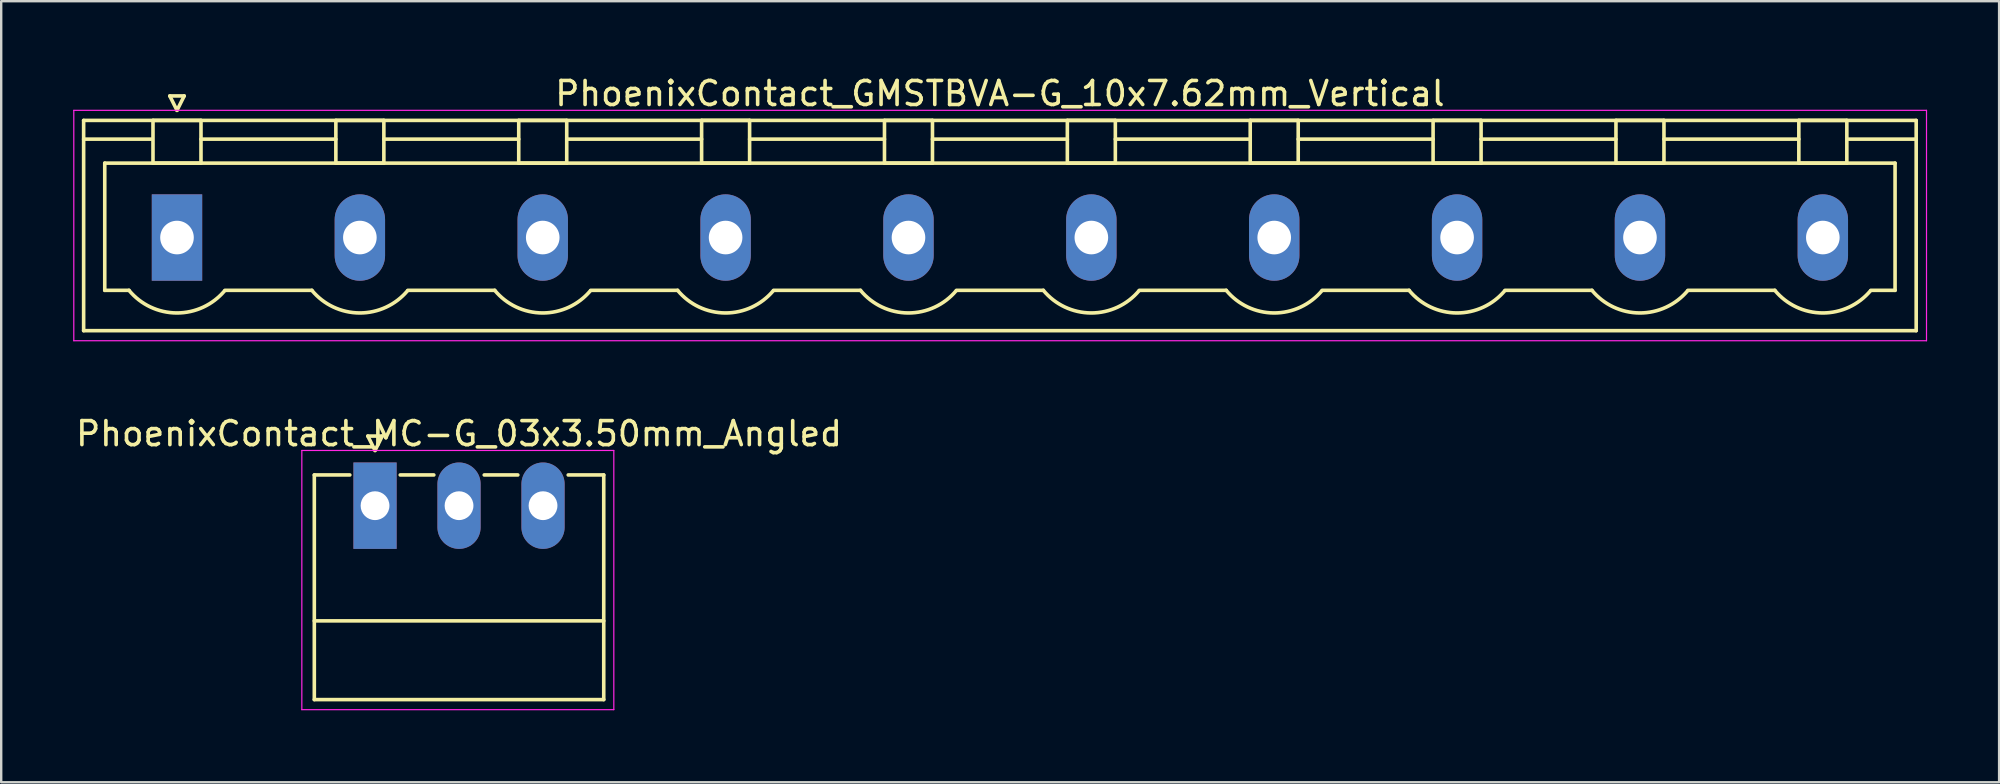
<source format=kicad_pcb>
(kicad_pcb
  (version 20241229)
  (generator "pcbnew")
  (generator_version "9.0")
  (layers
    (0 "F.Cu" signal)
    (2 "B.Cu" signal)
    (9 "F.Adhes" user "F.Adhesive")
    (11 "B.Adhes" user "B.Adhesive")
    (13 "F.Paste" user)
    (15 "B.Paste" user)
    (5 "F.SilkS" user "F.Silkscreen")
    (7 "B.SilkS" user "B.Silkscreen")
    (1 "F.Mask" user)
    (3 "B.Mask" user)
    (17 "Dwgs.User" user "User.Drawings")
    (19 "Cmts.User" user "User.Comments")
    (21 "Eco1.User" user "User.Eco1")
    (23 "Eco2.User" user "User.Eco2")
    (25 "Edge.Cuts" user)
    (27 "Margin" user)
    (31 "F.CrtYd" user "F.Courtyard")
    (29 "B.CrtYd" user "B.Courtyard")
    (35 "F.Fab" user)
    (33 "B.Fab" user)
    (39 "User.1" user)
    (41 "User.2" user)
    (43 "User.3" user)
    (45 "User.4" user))
  (footprint "PhoenixContact_GMSTBVA-G_10x7.62mm_Vertical"
    (layer "F.Cu")
    (at 4.325 6.848)
    (property "Reference" "PhoenixContact_GMSTBVA-G_10x7.62mm_Vertical" (at 34.29 -6 0) (layer "F.SilkS") (effects (font (size 1 1) (thickness 0.15))))
    (attr through_hole)
    (fp_line (start -3.89 -4.88) (end -3.89 3.88) (stroke (width 0.15) (type solid)) (layer "F.SilkS"))
    (fp_line (start -3.89 -4.1) (end -1.08 -4.1) (stroke (width 0.15) (type solid)) (layer "F.SilkS"))
    (fp_line (start -3.89 3.88) (end 72.47 3.88) (stroke (width 0.15) (type solid)) (layer "F.SilkS"))
    (fp_line (start -3.01 -3.1) (end 71.59 -3.1) (stroke (width 0.15) (type solid)) (layer "F.SilkS"))
    (fp_line (start -3.01 2.2) (end -3.01 -3.1) (stroke (width 0.15) (type solid)) (layer "F.SilkS"))
    (fp_line (start -2 2.2) (end -3.01 2.2) (stroke (width 0.15) (type solid)) (layer "F.SilkS"))
    (fp_line (start -1 -4.88) (end 1 -4.88) (stroke (width 0.15) (type solid)) (layer "F.SilkS"))
    (fp_line (start -1 -3.1) (end -1 -4.88) (stroke (width 0.15) (type solid)) (layer "F.SilkS"))
    (fp_line (start -0.3 -5.9) (end 0 -5.3) (stroke (width 0.15) (type solid)) (layer "F.SilkS"))
    (fp_line (start 0 -5.3) (end 0.3 -5.9) (stroke (width 0.15) (type solid)) (layer "F.SilkS"))
    (fp_line (start 0.3 -5.9) (end -0.3 -5.9) (stroke (width 0.15) (type solid)) (layer "F.SilkS"))
    (fp_line (start 1 -4.88) (end 1 -3.1) (stroke (width 0.15) (type solid)) (layer "F.SilkS"))
    (fp_line (start 1 -4.1) (end 6.62 -4.1) (stroke (width 0.15) (type solid)) (layer "F.SilkS"))
    (fp_line (start 1 -3.1) (end -1 -3.1) (stroke (width 0.15) (type solid)) (layer "F.SilkS"))
    (fp_line (start 2 2.2) (end 5.62 2.2) (stroke (width 0.15) (type solid)) (layer "F.SilkS"))
    (fp_line (start 6.62 -4.88) (end 8.62 -4.88) (stroke (width 0.15) (type solid)) (layer "F.SilkS"))
    (fp_line (start 6.62 -3.1) (end 6.62 -4.88) (stroke (width 0.15) (type solid)) (layer "F.SilkS"))
    (fp_line (start 8.62 -4.88) (end 8.62 -3.1) (stroke (width 0.15) (type solid)) (layer "F.SilkS"))
    (fp_line (start 8.62 -4.1) (end 14.24 -4.1) (stroke (width 0.15) (type solid)) (layer "F.SilkS"))
    (fp_line (start 8.62 -3.1) (end 6.62 -3.1) (stroke (width 0.15) (type solid)) (layer "F.SilkS"))
    (fp_line (start 9.62 2.2) (end 13.24 2.2) (stroke (width 0.15) (type solid)) (layer "F.SilkS"))
    (fp_line (start 14.24 -4.88) (end 16.24 -4.88) (stroke (width 0.15) (type solid)) (layer "F.SilkS"))
    (fp_line (start 14.24 -3.1) (end 14.24 -4.88) (stroke (width 0.15) (type solid)) (layer "F.SilkS"))
    (fp_line (start 16.24 -4.88) (end 16.24 -3.1) (stroke (width 0.15) (type solid)) (layer "F.SilkS"))
    (fp_line (start 16.24 -4.1) (end 21.86 -4.1) (stroke (width 0.15) (type solid)) (layer "F.SilkS"))
    (fp_line (start 16.24 -3.1) (end 14.24 -3.1) (stroke (width 0.15) (type solid)) (layer "F.SilkS"))
    (fp_line (start 17.24 2.2) (end 20.86 2.2) (stroke (width 0.15) (type solid)) (layer "F.SilkS"))
    (fp_line (start 21.86 -4.88) (end 23.86 -4.88) (stroke (width 0.15) (type solid)) (layer "F.SilkS"))
    (fp_line (start 21.86 -3.1) (end 21.86 -4.88) (stroke (width 0.15) (type solid)) (layer "F.SilkS"))
    (fp_line (start 23.86 -4.88) (end 23.86 -3.1) (stroke (width 0.15) (type solid)) (layer "F.SilkS"))
    (fp_line (start 23.86 -4.1) (end 29.48 -4.1) (stroke (width 0.15) (type solid)) (layer "F.SilkS"))
    (fp_line (start 23.86 -3.1) (end 21.86 -3.1) (stroke (width 0.15) (type solid)) (layer "F.SilkS"))
    (fp_line (start 24.86 2.2) (end 28.48 2.2) (stroke (width 0.15) (type solid)) (layer "F.SilkS"))
    (fp_line (start 29.48 -4.88) (end 31.48 -4.88) (stroke (width 0.15) (type solid)) (layer "F.SilkS"))
    (fp_line (start 29.48 -3.1) (end 29.48 -4.88) (stroke (width 0.15) (type solid)) (layer "F.SilkS"))
    (fp_line (start 31.48 -4.88) (end 31.48 -3.1) (stroke (width 0.15) (type solid)) (layer "F.SilkS"))
    (fp_line (start 31.48 -4.1) (end 37.1 -4.1) (stroke (width 0.15) (type solid)) (layer "F.SilkS"))
    (fp_line (start 31.48 -3.1) (end 29.48 -3.1) (stroke (width 0.15) (type solid)) (layer "F.SilkS"))
    (fp_line (start 32.48 2.2) (end 36.1 2.2) (stroke (width 0.15) (type solid)) (layer "F.SilkS"))
    (fp_line (start 37.1 -4.88) (end 39.1 -4.88) (stroke (width 0.15) (type solid)) (layer "F.SilkS"))
    (fp_line (start 37.1 -3.1) (end 37.1 -4.88) (stroke (width 0.15) (type solid)) (layer "F.SilkS"))
    (fp_line (start 39.1 -4.88) (end 39.1 -3.1) (stroke (width 0.15) (type solid)) (layer "F.SilkS"))
    (fp_line (start 39.1 -4.1) (end 44.72 -4.1) (stroke (width 0.15) (type solid)) (layer "F.SilkS"))
    (fp_line (start 39.1 -3.1) (end 37.1 -3.1) (stroke (width 0.15) (type solid)) (layer "F.SilkS"))
    (fp_line (start 40.1 2.2) (end 43.72 2.2) (stroke (width 0.15) (type solid)) (layer "F.SilkS"))
    (fp_line (start 44.72 -4.88) (end 46.72 -4.88) (stroke (width 0.15) (type solid)) (layer "F.SilkS"))
    (fp_line (start 44.72 -3.1) (end 44.72 -4.88) (stroke (width 0.15) (type solid)) (layer "F.SilkS"))
    (fp_line (start 46.72 -4.88) (end 46.72 -3.1) (stroke (width 0.15) (type solid)) (layer "F.SilkS"))
    (fp_line (start 46.72 -4.1) (end 52.34 -4.1) (stroke (width 0.15) (type solid)) (layer "F.SilkS"))
    (fp_line (start 46.72 -3.1) (end 44.72 -3.1) (stroke (width 0.15) (type solid)) (layer "F.SilkS"))
    (fp_line (start 47.72 2.2) (end 51.34 2.2) (stroke (width 0.15) (type solid)) (layer "F.SilkS"))
    (fp_line (start 52.34 -4.88) (end 54.34 -4.88) (stroke (width 0.15) (type solid)) (layer "F.SilkS"))
    (fp_line (start 52.34 -3.1) (end 52.34 -4.88) (stroke (width 0.15) (type solid)) (layer "F.SilkS"))
    (fp_line (start 54.34 -4.88) (end 54.34 -3.1) (stroke (width 0.15) (type solid)) (layer "F.SilkS"))
    (fp_line (start 54.34 -4.1) (end 59.96 -4.1) (stroke (width 0.15) (type solid)) (layer "F.SilkS"))
    (fp_line (start 54.34 -3.1) (end 52.34 -3.1) (stroke (width 0.15) (type solid)) (layer "F.SilkS"))
    (fp_line (start 55.34 2.2) (end 58.96 2.2) (stroke (width 0.15) (type solid)) (layer "F.SilkS"))
    (fp_line (start 59.96 -4.88) (end 61.96 -4.88) (stroke (width 0.15) (type solid)) (layer "F.SilkS"))
    (fp_line (start 59.96 -3.1) (end 59.96 -4.88) (stroke (width 0.15) (type solid)) (layer "F.SilkS"))
    (fp_line (start 61.96 -4.88) (end 61.96 -3.1) (stroke (width 0.15) (type solid)) (layer "F.SilkS"))
    (fp_line (start 61.96 -4.1) (end 67.58 -4.1) (stroke (width 0.15) (type solid)) (layer "F.SilkS"))
    (fp_line (start 61.96 -3.1) (end 59.96 -3.1) (stroke (width 0.15) (type solid)) (layer "F.SilkS"))
    (fp_line (start 62.96 2.2) (end 66.58 2.2) (stroke (width 0.15) (type solid)) (layer "F.SilkS"))
    (fp_line (start 67.58 -4.88) (end 69.58 -4.88) (stroke (width 0.15) (type solid)) (layer "F.SilkS"))
    (fp_line (start 67.58 -3.1) (end 67.58 -4.88) (stroke (width 0.15) (type solid)) (layer "F.SilkS"))
    (fp_line (start 69.58 -4.88) (end 69.58 -3.1) (stroke (width 0.15) (type solid)) (layer "F.SilkS"))
    (fp_line (start 69.58 -3.1) (end 67.58 -3.1) (stroke (width 0.15) (type solid)) (layer "F.SilkS"))
    (fp_line (start 71.59 -3.1) (end 71.59 2.2) (stroke (width 0.15) (type solid)) (layer "F.SilkS"))
    (fp_line (start 71.59 2.2) (end 70.58 2.2) (stroke (width 0.15) (type solid)) (layer "F.SilkS"))
    (fp_line (start 72.47 -4.88) (end -3.89 -4.88) (stroke (width 0.15) (type solid)) (layer "F.SilkS"))
    (fp_line (start 72.47 -4.1) (end 69.66 -4.1) (stroke (width 0.15) (type solid)) (layer "F.SilkS"))
    (fp_line (start 72.47 3.88) (end 72.47 -4.88) (stroke (width 0.15) (type solid)) (layer "F.SilkS"))
    (fp_arc (start 1.986842 2.215821) (mid -0.010289 3.142758) (end -2 2.2) (stroke (width 0.15) (type solid)) (layer "F.SilkS"))
    (fp_arc (start 9.606842 2.215821) (mid 7.609711 3.142758) (end 5.62 2.2) (stroke (width 0.15) (type solid)) (layer "F.SilkS"))
    (fp_arc (start 17.226842 2.215821) (mid 15.229711 3.142758) (end 13.24 2.2) (stroke (width 0.15) (type solid)) (layer "F.SilkS"))
    (fp_arc (start 24.846842 2.215821) (mid 22.849711 3.142758) (end 20.86 2.2) (stroke (width 0.15) (type solid)) (layer "F.SilkS"))
    (fp_arc (start 32.466842 2.215821) (mid 30.469711 3.142758) (end 28.48 2.2) (stroke (width 0.15) (type solid)) (layer "F.SilkS"))
    (fp_arc (start 40.086842 2.215821) (mid 38.089711 3.142758) (end 36.1 2.2) (stroke (width 0.15) (type solid)) (layer "F.SilkS"))
    (fp_arc (start 47.706842 2.215821) (mid 45.709711 3.142758) (end 43.72 2.2) (stroke (width 0.15) (type solid)) (layer "F.SilkS"))
    (fp_arc (start 55.326842 2.215821) (mid 53.329711 3.142758) (end 51.34 2.2) (stroke (width 0.15) (type solid)) (layer "F.SilkS"))
    (fp_arc (start 62.946842 2.215821) (mid 60.949711 3.142758) (end 58.96 2.2) (stroke (width 0.15) (type solid)) (layer "F.SilkS"))
    (fp_arc (start 70.566842 2.215821) (mid 68.569711 3.142758) (end 66.58 2.2) (stroke (width 0.15) (type solid)) (layer "F.SilkS"))
    (fp_line (start -4.3 -5.3) (end -4.3 4.3) (stroke (width 0.05) (type solid)) (layer "F.CrtYd"))
    (fp_line (start -4.3 4.3) (end 72.9 4.3) (stroke (width 0.05) (type solid)) (layer "F.CrtYd"))
    (fp_line (start 72.9 -5.3) (end -4.3 -5.3) (stroke (width 0.05) (type solid)) (layer "F.CrtYd"))
    (fp_line (start 72.9 4.3) (end 72.9 -5.3) (stroke (width 0.05) (type solid)) (layer "F.CrtYd"))
    (pad "1" thru_hole rect (at 0 0) (size 2.1 3.6) (drill 1.4) (layers "*.Cu" "*.Mask"))
    (pad "2" thru_hole oval (at 7.62 0) (size 2.1 3.6) (drill 1.4) (layers "*.Cu" "*.Mask"))
    (pad "3" thru_hole oval (at 15.24 0) (size 2.1 3.6) (drill 1.4) (layers "*.Cu" "*.Mask"))
    (pad "4" thru_hole oval (at 22.86 0) (size 2.1 3.6) (drill 1.4) (layers "*.Cu" "*.Mask"))
    (pad "5" thru_hole oval (at 30.48 0) (size 2.1 3.6) (drill 1.4) (layers "*.Cu" "*.Mask"))
    (pad "6" thru_hole oval (at 38.1 0) (size 2.1 3.6) (drill 1.4) (layers "*.Cu" "*.Mask"))
    (pad "7" thru_hole oval (at 45.72 0) (size 2.1 3.6) (drill 1.4) (layers "*.Cu" "*.Mask"))
    (pad "8" thru_hole oval (at 53.34 0) (size 2.1 3.6) (drill 1.4) (layers "*.Cu" "*.Mask"))
    (pad "9" thru_hole oval (at 60.96 0) (size 2.1 3.6) (drill 1.4) (layers "*.Cu" "*.Mask"))
    (pad "10" thru_hole oval (at 68.58 0) (size 2.1 3.6) (drill 1.4) (layers "*.Cu" "*.Mask")))
  (footprint "PhoenixContact_MC-G_03x3.50mm_Angled"
    (layer "F.Cu")
    (at 12.577 18.021)
    (property "Reference" "PhoenixContact_MC-G_03x3.50mm_Angled" (at 3.5 -3 0) (layer "F.SilkS") (effects (font (size 1 1) (thickness 0.15))))
    (attr through_hole)
    (fp_line (start -2.53 -1.28) (end -2.53 8.08) (stroke (width 0.15) (type solid)) (layer "F.SilkS"))
    (fp_line (start -2.53 -1.28) (end -1.05 -1.28) (stroke (width 0.15) (type solid)) (layer "F.SilkS"))
    (fp_line (start -2.53 4.8) (end 9.53 4.8) (stroke (width 0.15) (type solid)) (layer "F.SilkS"))
    (fp_line (start -2.53 8.08) (end 9.53 8.08) (stroke (width 0.15) (type solid)) (layer "F.SilkS"))
    (fp_line (start -0.3 -2.9) (end 0 -2.3) (stroke (width 0.15) (type solid)) (layer "F.SilkS"))
    (fp_line (start 0 -2.3) (end 0.3 -2.9) (stroke (width 0.15) (type solid)) (layer "F.SilkS"))
    (fp_line (start 0.3 -2.9) (end -0.3 -2.9) (stroke (width 0.15) (type solid)) (layer "F.SilkS"))
    (fp_line (start 1.05 -1.28) (end 2.45 -1.28) (stroke (width 0.15) (type solid)) (layer "F.SilkS"))
    (fp_line (start 4.55 -1.28) (end 5.95 -1.28) (stroke (width 0.15) (type solid)) (layer "F.SilkS"))
    (fp_line (start 9.53 -1.28) (end 8.05 -1.28) (stroke (width 0.15) (type solid)) (layer "F.SilkS"))
    (fp_line (start 9.53 8.08) (end 9.53 -1.28) (stroke (width 0.15) (type solid)) (layer "F.SilkS"))
    (fp_line (start -3.05 -2.3) (end -3.05 8.5) (stroke (width 0.05) (type solid)) (layer "F.CrtYd"))
    (fp_line (start -3.05 8.5) (end 9.95 8.5) (stroke (width 0.05) (type solid)) (layer "F.CrtYd"))
    (fp_line (start 9.95 -2.3) (end -3.05 -2.3) (stroke (width 0.05) (type solid)) (layer "F.CrtYd"))
    (fp_line (start 9.95 8.5) (end 9.95 -2.3) (stroke (width 0.05) (type solid)) (layer "F.CrtYd"))
    (pad "1" thru_hole rect (at 0 0) (size 1.8 3.6) (drill 1.2) (layers "*.Cu" "*.Mask"))
    (pad "2" thru_hole oval (at 3.5 0) (size 1.8 3.6) (drill 1.2) (layers "*.Cu" "*.Mask"))
    (pad "3" thru_hole oval (at 7 0) (size 1.8 3.6) (drill 1.2) (layers "*.Cu" "*.Mask")))
  (gr_rect
    (start -3 -3)
    (end 80.25 29.547)
    (stroke (width 0.1) (type default))
    (fill no)
    (layer "Edge.Cuts")))
</source>
